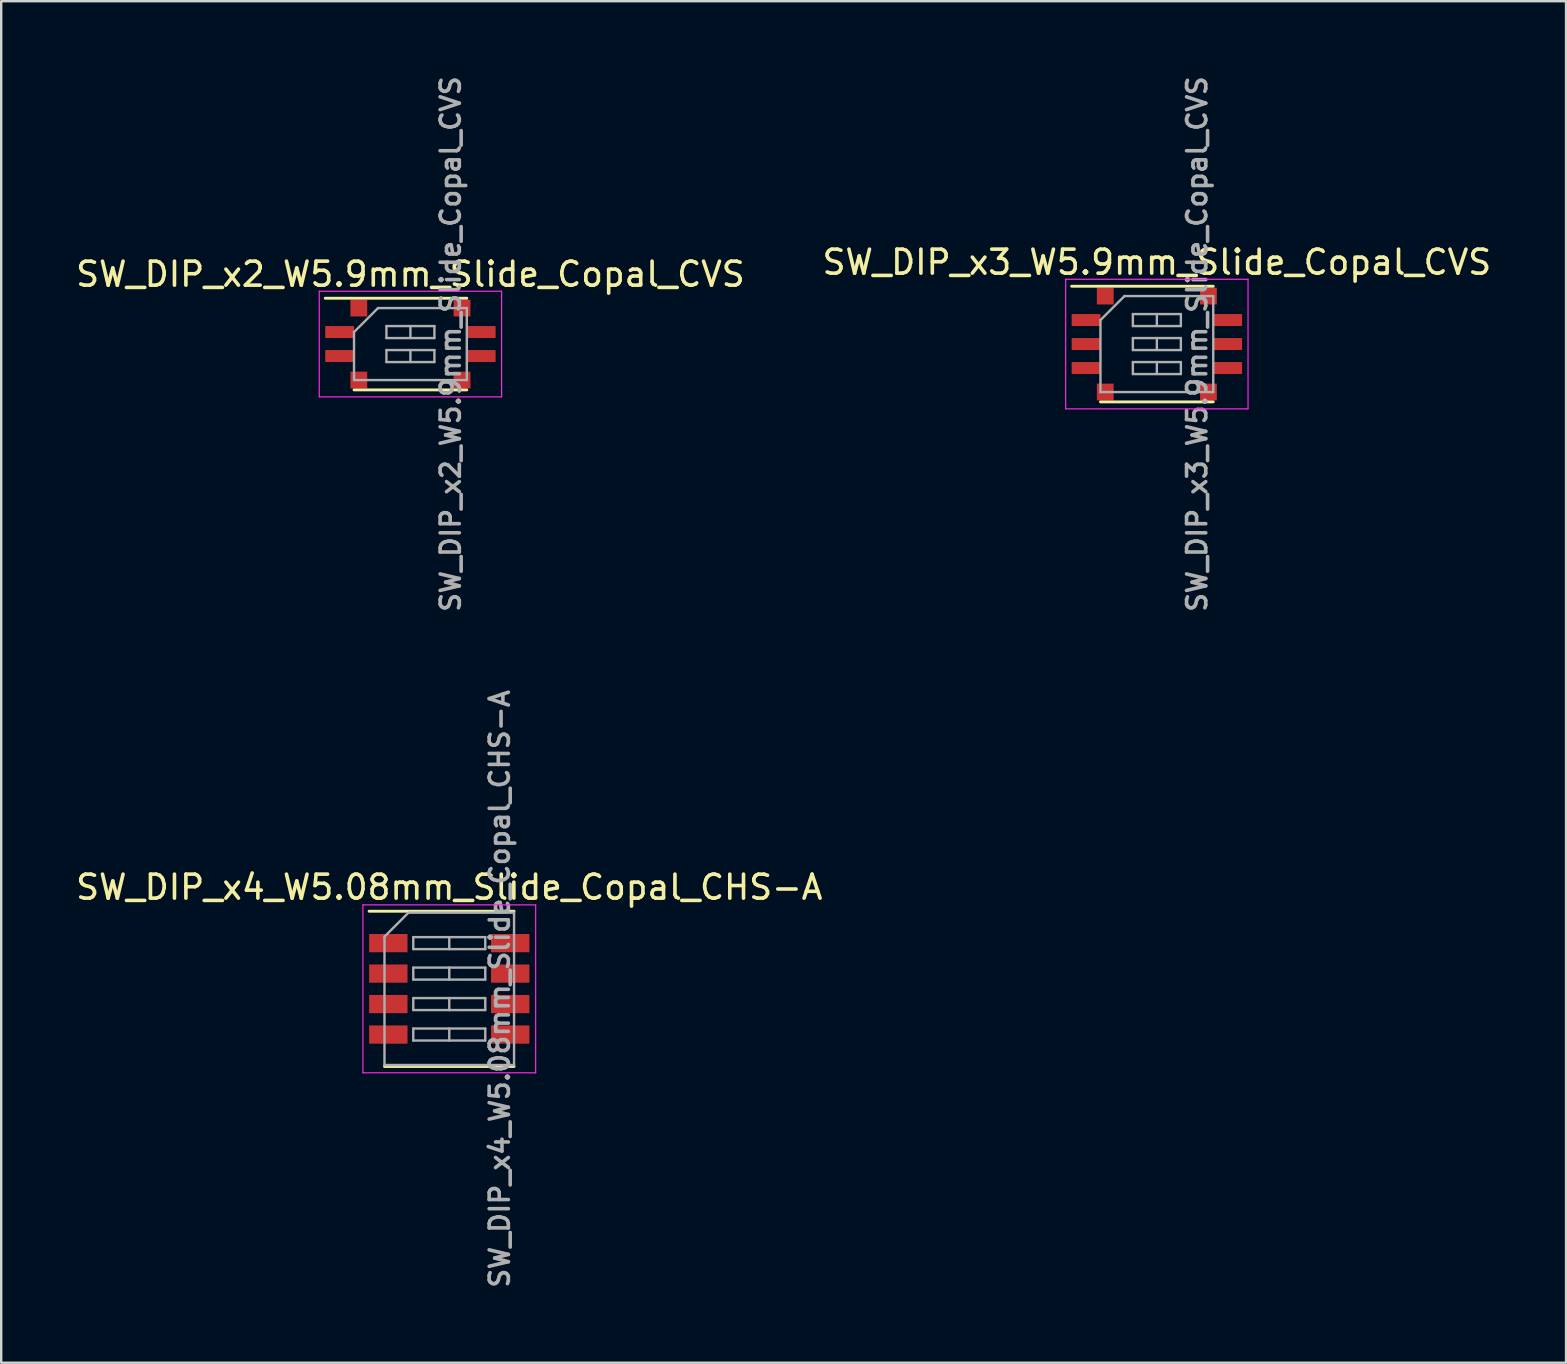
<source format=kicad_pcb>
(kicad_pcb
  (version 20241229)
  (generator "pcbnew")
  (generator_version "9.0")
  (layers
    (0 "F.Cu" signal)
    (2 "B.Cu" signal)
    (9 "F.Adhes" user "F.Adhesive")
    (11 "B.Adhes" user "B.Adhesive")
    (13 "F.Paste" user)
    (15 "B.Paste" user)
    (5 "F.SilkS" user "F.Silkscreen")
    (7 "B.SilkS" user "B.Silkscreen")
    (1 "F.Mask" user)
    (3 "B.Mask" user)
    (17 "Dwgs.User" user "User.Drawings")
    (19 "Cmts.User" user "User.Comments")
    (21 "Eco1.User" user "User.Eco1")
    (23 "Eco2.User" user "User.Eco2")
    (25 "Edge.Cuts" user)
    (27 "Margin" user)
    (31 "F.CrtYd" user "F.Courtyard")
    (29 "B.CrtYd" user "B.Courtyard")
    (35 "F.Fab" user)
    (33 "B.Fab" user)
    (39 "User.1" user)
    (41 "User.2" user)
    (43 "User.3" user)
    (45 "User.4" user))
  (footprint "SW_DIP_x2_W5.9mm_Slide_Copal_CVS"
    (layer "F.Cu")
    (at 14.054 11.288)
    (property "Reference" "SW_DIP_x2_W5.9mm_Slide_Copal_CVS" (at 0 -2.91 0) (layer "F.SilkS") (effects (font (size 1 1) (thickness 0.15))))
    (attr smd)
    (fp_line (start -3.55 -1.91) (end 2.35 -1.91) (stroke (width 0.12) (type solid)) (layer "F.SilkS"))
    (fp_line (start -2.35 1.91) (end 2.35 1.91) (stroke (width 0.12) (type solid)) (layer "F.SilkS"))
    (fp_line (start -3.8 -2.2) (end -3.8 2.2) (stroke (width 0.05) (type solid)) (layer "F.CrtYd"))
    (fp_line (start -3.8 2.2) (end 3.8 2.2) (stroke (width 0.05) (type solid)) (layer "F.CrtYd"))
    (fp_line (start 3.8 -2.2) (end -3.8 -2.2) (stroke (width 0.05) (type solid)) (layer "F.CrtYd"))
    (fp_line (start 3.8 2.2) (end 3.8 -2.2) (stroke (width 0.05) (type solid)) (layer "F.CrtYd"))
    (fp_line (start -2.35 -0.5) (end -1.35 -1.5) (stroke (width 0.1) (type solid)) (layer "F.Fab"))
    (fp_line (start -2.35 1.5) (end -2.35 -0.5) (stroke (width 0.1) (type solid)) (layer "F.Fab"))
    (fp_line (start -1.35 -1.5) (end 2.35 -1.5) (stroke (width 0.1) (type solid)) (layer "F.Fab"))
    (fp_line (start -1 -0.75) (end -1 -0.25) (stroke (width 0.1) (type solid)) (layer "F.Fab"))
    (fp_line (start -1 -0.25) (end 1 -0.25) (stroke (width 0.1) (type solid)) (layer "F.Fab"))
    (fp_line (start -1 0.25) (end -1 0.75) (stroke (width 0.1) (type solid)) (layer "F.Fab"))
    (fp_line (start -1 0.75) (end 1 0.75) (stroke (width 0.1) (type solid)) (layer "F.Fab"))
    (fp_line (start 0 -0.75) (end 0 -0.25) (stroke (width 0.1) (type solid)) (layer "F.Fab"))
    (fp_line (start 0 0.25) (end 0 0.75) (stroke (width 0.1) (type solid)) (layer "F.Fab"))
    (fp_line (start 1 -0.75) (end -1 -0.75) (stroke (width 0.1) (type solid)) (layer "F.Fab"))
    (fp_line (start 1 -0.25) (end 1 -0.75) (stroke (width 0.1) (type solid)) (layer "F.Fab"))
    (fp_line (start 1 0.25) (end -1 0.25) (stroke (width 0.1) (type solid)) (layer "F.Fab"))
    (fp_line (start 1 0.75) (end 1 0.25) (stroke (width 0.1) (type solid)) (layer "F.Fab"))
    (fp_line (start 2.35 -1.5) (end 2.35 1.5) (stroke (width 0.1) (type solid)) (layer "F.Fab"))
    (fp_line (start 2.35 1.5) (end -2.35 1.5) (stroke (width 0.1) (type solid)) (layer "F.Fab"))
    (fp_text user "${REFERENCE}" (at 1.675 0 90) (layer "F.Fab") (effects (font (size 0.8 0.8) (thickness 0.15))))
    (pad "1" smd rect (at -2.95 -0.5) (size 1.2 0.5) (layers "F.Cu" "F.Mask" "F.Paste"))
    (pad "2" smd rect (at -2.95 0.5) (size 1.2 0.5) (layers "F.Cu" "F.Mask" "F.Paste"))
    (pad "3" smd rect (at 2.95 0.5) (size 1.2 0.5) (layers "F.Cu" "F.Mask" "F.Paste"))
    (pad "4" smd rect (at 2.95 -0.5) (size 1.2 0.5) (layers "F.Cu" "F.Mask" "F.Paste"))
    (pad "5" smd rect (at -2.15 -1.5) (size 0.7 0.7) (layers "F.Cu" "F.Mask" "F.Paste"))
    (pad "5" smd rect (at -2.15 1.5) (size 0.7 0.7) (layers "F.Cu" "F.Mask" "F.Paste"))
    (pad "5" smd rect (at 2.15 -1.5) (size 0.7 0.7) (layers "F.Cu" "F.Mask" "F.Paste"))
    (pad "5" smd rect (at 2.15 1.5) (size 0.7 0.7) (layers "F.Cu" "F.Mask" "F.Paste")))
  (footprint "SW_DIP_x4_W5.08mm_Slide_Copal_CHS-A"
    (layer "F.Cu")
    (at 15.673 38.159)
    (property "Reference" "SW_DIP_x4_W5.08mm_Slide_Copal_CHS-A" (at 0 -4.235 0) (layer "F.SilkS") (effects (font (size 1 1) (thickness 0.15))))
    (attr smd)
    (fp_line (start -3.34 -3.235) (end 2.7 -3.235) (stroke (width 0.12) (type solid)) (layer "F.SilkS"))
    (fp_line (start -2.7 3.235) (end 2.7 3.235) (stroke (width 0.12) (type solid)) (layer "F.SilkS"))
    (fp_line (start -3.6 -3.5) (end -3.6 3.5) (stroke (width 0.05) (type solid)) (layer "F.CrtYd"))
    (fp_line (start -3.6 3.5) (end 3.6 3.5) (stroke (width 0.05) (type solid)) (layer "F.CrtYd"))
    (fp_line (start 3.6 -3.5) (end -3.6 -3.5) (stroke (width 0.05) (type solid)) (layer "F.CrtYd"))
    (fp_line (start 3.6 3.5) (end 3.6 -3.5) (stroke (width 0.05) (type solid)) (layer "F.CrtYd"))
    (fp_line (start -2.7 -2.175) (end -1.7 -3.175) (stroke (width 0.1) (type solid)) (layer "F.Fab"))
    (fp_line (start -2.7 3.175) (end -2.7 -2.175) (stroke (width 0.1) (type solid)) (layer "F.Fab"))
    (fp_line (start -1.7 -3.175) (end 2.7 -3.175) (stroke (width 0.1) (type solid)) (layer "F.Fab"))
    (fp_line (start -1.5 -2.155) (end -1.5 -1.655) (stroke (width 0.1) (type solid)) (layer "F.Fab"))
    (fp_line (start -1.5 -1.655) (end 1.5 -1.655) (stroke (width 0.1) (type solid)) (layer "F.Fab"))
    (fp_line (start -1.5 -0.885) (end -1.5 -0.385) (stroke (width 0.1) (type solid)) (layer "F.Fab"))
    (fp_line (start -1.5 -0.385) (end 1.5 -0.385) (stroke (width 0.1) (type solid)) (layer "F.Fab"))
    (fp_line (start -1.5 0.385) (end -1.5 0.885) (stroke (width 0.1) (type solid)) (layer "F.Fab"))
    (fp_line (start -1.5 0.885) (end 1.5 0.885) (stroke (width 0.1) (type solid)) (layer "F.Fab"))
    (fp_line (start -1.5 1.655) (end -1.5 2.155) (stroke (width 0.1) (type solid)) (layer "F.Fab"))
    (fp_line (start -1.5 2.155) (end 1.5 2.155) (stroke (width 0.1) (type solid)) (layer "F.Fab"))
    (fp_line (start 0 -2.155) (end 0 -1.655) (stroke (width 0.1) (type solid)) (layer "F.Fab"))
    (fp_line (start 0 -0.885) (end 0 -0.385) (stroke (width 0.1) (type solid)) (layer "F.Fab"))
    (fp_line (start 0 0.385) (end 0 0.885) (stroke (width 0.1) (type solid)) (layer "F.Fab"))
    (fp_line (start 0 1.655) (end 0 2.155) (stroke (width 0.1) (type solid)) (layer "F.Fab"))
    (fp_line (start 1.5 -2.155) (end -1.5 -2.155) (stroke (width 0.1) (type solid)) (layer "F.Fab"))
    (fp_line (start 1.5 -1.655) (end 1.5 -2.155) (stroke (width 0.1) (type solid)) (layer "F.Fab"))
    (fp_line (start 1.5 -0.885) (end -1.5 -0.885) (stroke (width 0.1) (type solid)) (layer "F.Fab"))
    (fp_line (start 1.5 -0.385) (end 1.5 -0.885) (stroke (width 0.1) (type solid)) (layer "F.Fab"))
    (fp_line (start 1.5 0.385) (end -1.5 0.385) (stroke (width 0.1) (type solid)) (layer "F.Fab"))
    (fp_line (start 1.5 0.885) (end 1.5 0.385) (stroke (width 0.1) (type solid)) (layer "F.Fab"))
    (fp_line (start 1.5 1.655) (end -1.5 1.655) (stroke (width 0.1) (type solid)) (layer "F.Fab"))
    (fp_line (start 1.5 2.155) (end 1.5 1.655) (stroke (width 0.1) (type solid)) (layer "F.Fab"))
    (fp_line (start 2.7 -3.175) (end 2.7 3.175) (stroke (width 0.1) (type solid)) (layer "F.Fab"))
    (fp_line (start 2.7 3.175) (end -2.7 3.175) (stroke (width 0.1) (type solid)) (layer "F.Fab"))
    (fp_text user "${REFERENCE}" (at 2.1 0 90) (layer "F.Fab") (effects (font (size 0.8 0.8) (thickness 0.15))))
    (pad "1" smd rect (at -2.54 -1.905) (size 1.6 0.76) (layers "F.Cu" "F.Mask" "F.Paste"))
    (pad "2" smd rect (at -2.54 -0.635) (size 1.6 0.76) (layers "F.Cu" "F.Mask" "F.Paste"))
    (pad "3" smd rect (at -2.54 0.635) (size 1.6 0.76) (layers "F.Cu" "F.Mask" "F.Paste"))
    (pad "4" smd rect (at -2.54 1.905) (size 1.6 0.76) (layers "F.Cu" "F.Mask" "F.Paste"))
    (pad "5" smd rect (at 2.54 1.905) (size 1.6 0.76) (layers "F.Cu" "F.Mask" "F.Paste"))
    (pad "6" smd rect (at 2.54 0.635) (size 1.6 0.76) (layers "F.Cu" "F.Mask" "F.Paste"))
    (pad "7" smd rect (at 2.54 -0.635) (size 1.6 0.76) (layers "F.Cu" "F.Mask" "F.Paste"))
    (pad "8" smd rect (at 2.54 -1.905) (size 1.6 0.76) (layers "F.Cu" "F.Mask" "F.Paste")))
  (footprint "SW_DIP_x3_W5.9mm_Slide_Copal_CVS"
    (layer "F.Cu")
    (at 45.161 11.288)
    (property "Reference" "SW_DIP_x3_W5.9mm_Slide_Copal_CVS" (at 0 -3.41 0) (layer "F.SilkS") (effects (font (size 1 1) (thickness 0.15))))
    (attr smd)
    (fp_line (start -3.55 -2.41) (end 2.35 -2.41) (stroke (width 0.12) (type solid)) (layer "F.SilkS"))
    (fp_line (start -2.35 2.41) (end 2.35 2.41) (stroke (width 0.12) (type solid)) (layer "F.SilkS"))
    (fp_line (start -3.8 -2.7) (end -3.8 2.7) (stroke (width 0.05) (type solid)) (layer "F.CrtYd"))
    (fp_line (start -3.8 2.7) (end 3.8 2.7) (stroke (width 0.05) (type solid)) (layer "F.CrtYd"))
    (fp_line (start 3.8 -2.7) (end -3.8 -2.7) (stroke (width 0.05) (type solid)) (layer "F.CrtYd"))
    (fp_line (start 3.8 2.7) (end 3.8 -2.7) (stroke (width 0.05) (type solid)) (layer "F.CrtYd"))
    (fp_line (start -2.35 -1) (end -1.35 -2) (stroke (width 0.1) (type solid)) (layer "F.Fab"))
    (fp_line (start -2.35 2) (end -2.35 -1) (stroke (width 0.1) (type solid)) (layer "F.Fab"))
    (fp_line (start -1.35 -2) (end 2.35 -2) (stroke (width 0.1) (type solid)) (layer "F.Fab"))
    (fp_line (start -1 -1.25) (end -1 -0.75) (stroke (width 0.1) (type solid)) (layer "F.Fab"))
    (fp_line (start -1 -0.75) (end 1 -0.75) (stroke (width 0.1) (type solid)) (layer "F.Fab"))
    (fp_line (start -1 -0.25) (end -1 0.25) (stroke (width 0.1) (type solid)) (layer "F.Fab"))
    (fp_line (start -1 0.25) (end 1 0.25) (stroke (width 0.1) (type solid)) (layer "F.Fab"))
    (fp_line (start -1 0.75) (end -1 1.25) (stroke (width 0.1) (type solid)) (layer "F.Fab"))
    (fp_line (start -1 1.25) (end 1 1.25) (stroke (width 0.1) (type solid)) (layer "F.Fab"))
    (fp_line (start 0 -1.25) (end 0 -0.75) (stroke (width 0.1) (type solid)) (layer "F.Fab"))
    (fp_line (start 0 -0.25) (end 0 0.25) (stroke (width 0.1) (type solid)) (layer "F.Fab"))
    (fp_line (start 0 0.75) (end 0 1.25) (stroke (width 0.1) (type solid)) (layer "F.Fab"))
    (fp_line (start 1 -1.25) (end -1 -1.25) (stroke (width 0.1) (type solid)) (layer "F.Fab"))
    (fp_line (start 1 -0.75) (end 1 -1.25) (stroke (width 0.1) (type solid)) (layer "F.Fab"))
    (fp_line (start 1 -0.25) (end -1 -0.25) (stroke (width 0.1) (type solid)) (layer "F.Fab"))
    (fp_line (start 1 0.25) (end 1 -0.25) (stroke (width 0.1) (type solid)) (layer "F.Fab"))
    (fp_line (start 1 0.75) (end -1 0.75) (stroke (width 0.1) (type solid)) (layer "F.Fab"))
    (fp_line (start 1 1.25) (end 1 0.75) (stroke (width 0.1) (type solid)) (layer "F.Fab"))
    (fp_line (start 2.35 -2) (end 2.35 2) (stroke (width 0.1) (type solid)) (layer "F.Fab"))
    (fp_line (start 2.35 2) (end -2.35 2) (stroke (width 0.1) (type solid)) (layer "F.Fab"))
    (fp_text user "${REFERENCE}" (at 1.675 0 90) (layer "F.Fab") (effects (font (size 0.8 0.8) (thickness 0.15))))
    (pad "1" smd rect (at -2.95 -1) (size 1.2 0.5) (layers "F.Cu" "F.Mask" "F.Paste"))
    (pad "2" smd rect (at -2.95 0) (size 1.2 0.5) (layers "F.Cu" "F.Mask" "F.Paste"))
    (pad "3" smd rect (at -2.95 1) (size 1.2 0.5) (layers "F.Cu" "F.Mask" "F.Paste"))
    (pad "4" smd rect (at 2.95 1) (size 1.2 0.5) (layers "F.Cu" "F.Mask" "F.Paste"))
    (pad "5" smd rect (at 2.95 0) (size 1.2 0.5) (layers "F.Cu" "F.Mask" "F.Paste"))
    (pad "6" smd rect (at 2.95 -1) (size 1.2 0.5) (layers "F.Cu" "F.Mask" "F.Paste"))
    (pad "7" smd rect (at -2.15 -2) (size 0.7 0.7) (layers "F.Cu" "F.Mask" "F.Paste"))
    (pad "7" smd rect (at -2.15 2) (size 0.7 0.7) (layers "F.Cu" "F.Mask" "F.Paste"))
    (pad "7" smd rect (at 2.15 -2) (size 0.7 0.7) (layers "F.Cu" "F.Mask" "F.Paste"))
    (pad "7" smd rect (at 2.15 2) (size 0.7 0.7) (layers "F.Cu" "F.Mask" "F.Paste")))
  (gr_rect
    (start -3 -3)
    (end 62.214 53.742)
    (stroke (width 0.1) (type default))
    (fill no)
    (layer "Edge.Cuts")))
</source>
